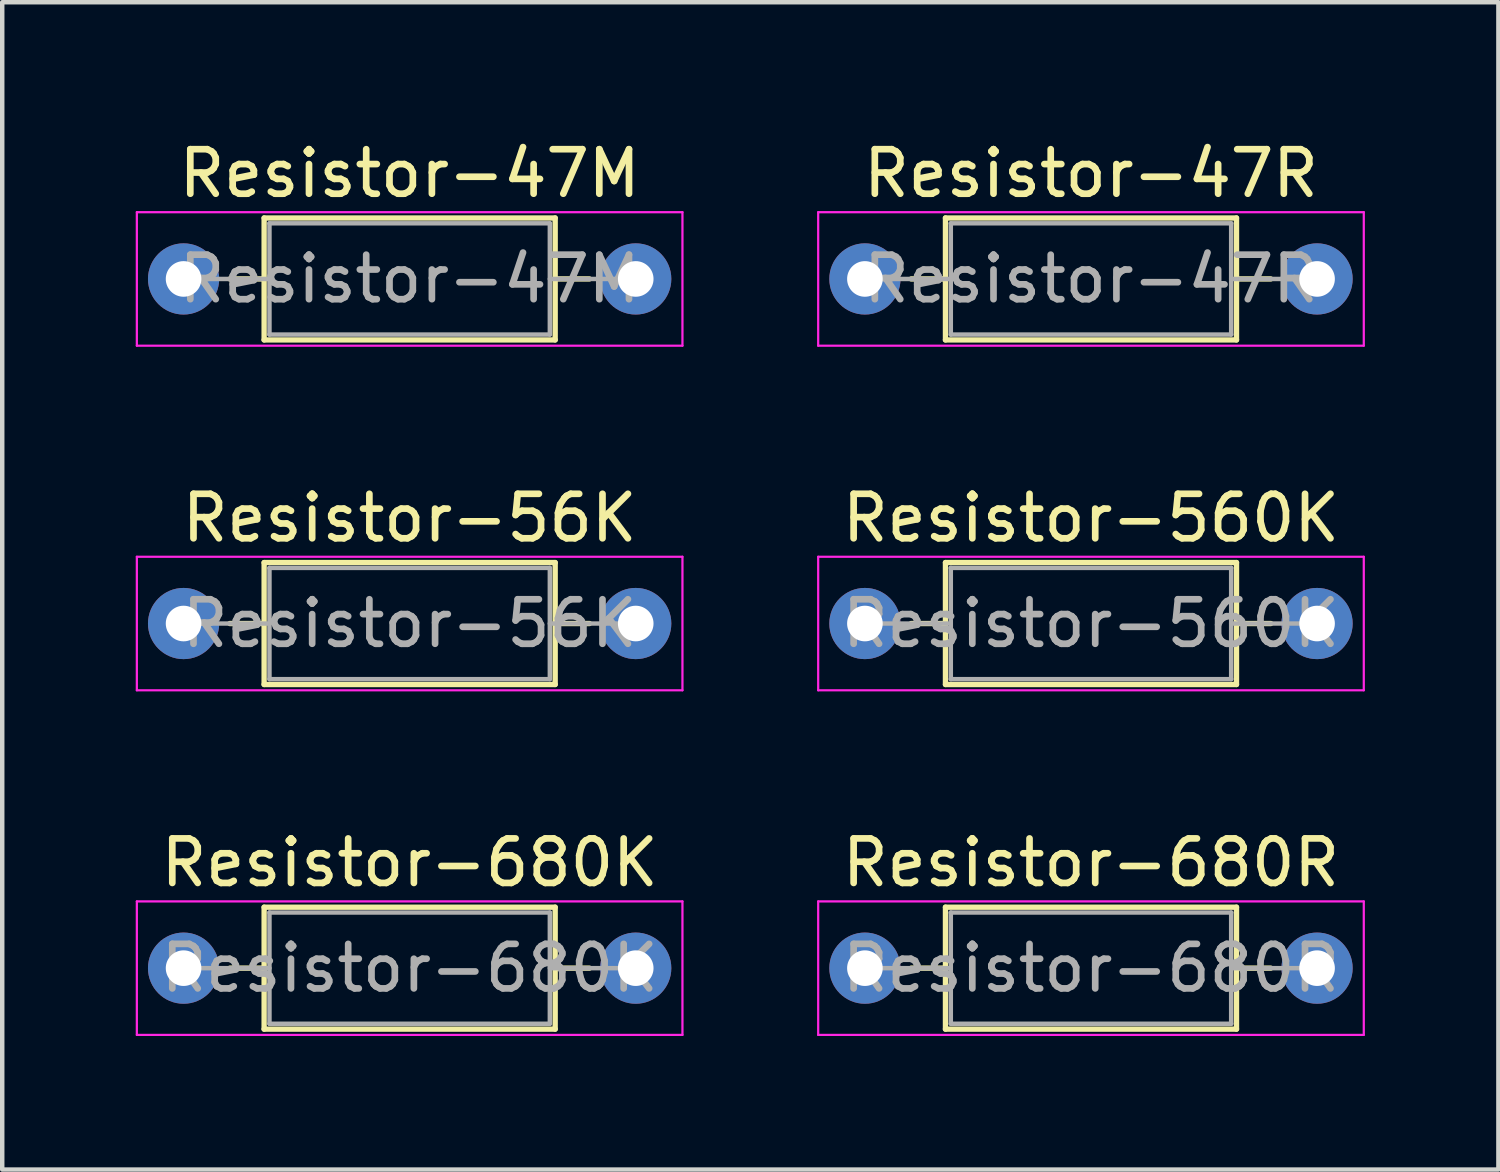
<source format=kicad_pcb>
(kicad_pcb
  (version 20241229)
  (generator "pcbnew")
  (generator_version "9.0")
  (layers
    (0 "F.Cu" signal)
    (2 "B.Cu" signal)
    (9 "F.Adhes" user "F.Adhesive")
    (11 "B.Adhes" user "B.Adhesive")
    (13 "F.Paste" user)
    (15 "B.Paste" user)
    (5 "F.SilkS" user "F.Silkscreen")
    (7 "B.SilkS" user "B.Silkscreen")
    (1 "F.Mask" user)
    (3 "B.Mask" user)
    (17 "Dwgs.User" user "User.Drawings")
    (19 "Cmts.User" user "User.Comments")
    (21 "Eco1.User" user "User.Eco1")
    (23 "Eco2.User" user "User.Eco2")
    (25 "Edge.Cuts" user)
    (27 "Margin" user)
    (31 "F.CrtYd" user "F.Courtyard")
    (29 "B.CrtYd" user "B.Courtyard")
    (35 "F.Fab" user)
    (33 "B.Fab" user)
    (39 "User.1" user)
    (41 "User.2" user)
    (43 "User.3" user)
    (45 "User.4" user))
  (footprint "Resistor-47M"
    (layer "F.Cu")
    (at 6.155 3.218)
    (property "Reference" "Resistor-47M" (at 0 -2.37 0) (layer "F.SilkS") (effects (font (size 1 1) (thickness 0.15))))
    (attr through_hole)
    (fp_line (start -4.04 0) (end -3.27 0) (stroke (width 0.12) (type solid)) (layer "F.SilkS"))
    (fp_line (start -3.27 -1.37) (end -3.27 1.37) (stroke (width 0.12) (type solid)) (layer "F.SilkS"))
    (fp_line (start -3.27 1.37) (end 3.27 1.37) (stroke (width 0.12) (type solid)) (layer "F.SilkS"))
    (fp_line (start 3.27 -1.37) (end -3.27 -1.37) (stroke (width 0.12) (type solid)) (layer "F.SilkS"))
    (fp_line (start 3.27 1.37) (end 3.27 -1.37) (stroke (width 0.12) (type solid)) (layer "F.SilkS"))
    (fp_line (start 4.04 0) (end 3.27 0) (stroke (width 0.12) (type solid)) (layer "F.SilkS"))
    (fp_line (start -6.13 -1.5) (end -6.13 1.5) (stroke (width 0.05) (type solid)) (layer "F.CrtYd"))
    (fp_line (start -6.13 1.5) (end 6.13 1.5) (stroke (width 0.05) (type solid)) (layer "F.CrtYd"))
    (fp_line (start 6.13 -1.5) (end -6.13 -1.5) (stroke (width 0.05) (type solid)) (layer "F.CrtYd"))
    (fp_line (start 6.13 1.5) (end 6.13 -1.5) (stroke (width 0.05) (type solid)) (layer "F.CrtYd"))
    (fp_line (start -5.08 0) (end -3.15 0) (stroke (width 0.1) (type solid)) (layer "F.Fab"))
    (fp_line (start -3.15 -1.25) (end -3.15 1.25) (stroke (width 0.1) (type solid)) (layer "F.Fab"))
    (fp_line (start -3.15 1.25) (end 3.15 1.25) (stroke (width 0.1) (type solid)) (layer "F.Fab"))
    (fp_line (start 3.15 -1.25) (end -3.15 -1.25) (stroke (width 0.1) (type solid)) (layer "F.Fab"))
    (fp_line (start 3.15 1.25) (end 3.15 -1.25) (stroke (width 0.1) (type solid)) (layer "F.Fab"))
    (fp_line (start 5.08 0) (end 3.15 0) (stroke (width 0.1) (type solid)) (layer "F.Fab"))
    (fp_text user "${REFERENCE}" (at 0 0 0) (layer "F.Fab") (effects (font (size 1 1) (thickness 0.15))))
    (pad "1" thru_hole circle (at -5.08 0) (size 1.6 1.6) (drill 0.8) (layers "*.Cu" "*.Mask"))
    (pad "2" thru_hole oval (at 5.08 0) (size 1.6 1.6) (drill 0.8) (layers "*.Cu" "*.Mask")))
  (footprint "Resistor-560K"
    (layer "F.Cu")
    (at 21.465 10.961)
    (property "Reference" "Resistor-560K" (at 0 -2.37 0) (layer "F.SilkS") (effects (font (size 1 1) (thickness 0.15))))
    (attr through_hole)
    (fp_line (start -4.04 0) (end -3.27 0) (stroke (width 0.12) (type solid)) (layer "F.SilkS"))
    (fp_line (start -3.27 -1.37) (end -3.27 1.37) (stroke (width 0.12) (type solid)) (layer "F.SilkS"))
    (fp_line (start -3.27 1.37) (end 3.27 1.37) (stroke (width 0.12) (type solid)) (layer "F.SilkS"))
    (fp_line (start 3.27 -1.37) (end -3.27 -1.37) (stroke (width 0.12) (type solid)) (layer "F.SilkS"))
    (fp_line (start 3.27 1.37) (end 3.27 -1.37) (stroke (width 0.12) (type solid)) (layer "F.SilkS"))
    (fp_line (start 4.04 0) (end 3.27 0) (stroke (width 0.12) (type solid)) (layer "F.SilkS"))
    (fp_line (start -6.13 -1.5) (end -6.13 1.5) (stroke (width 0.05) (type solid)) (layer "F.CrtYd"))
    (fp_line (start -6.13 1.5) (end 6.13 1.5) (stroke (width 0.05) (type solid)) (layer "F.CrtYd"))
    (fp_line (start 6.13 -1.5) (end -6.13 -1.5) (stroke (width 0.05) (type solid)) (layer "F.CrtYd"))
    (fp_line (start 6.13 1.5) (end 6.13 -1.5) (stroke (width 0.05) (type solid)) (layer "F.CrtYd"))
    (fp_line (start -5.08 0) (end -3.15 0) (stroke (width 0.1) (type solid)) (layer "F.Fab"))
    (fp_line (start -3.15 -1.25) (end -3.15 1.25) (stroke (width 0.1) (type solid)) (layer "F.Fab"))
    (fp_line (start -3.15 1.25) (end 3.15 1.25) (stroke (width 0.1) (type solid)) (layer "F.Fab"))
    (fp_line (start 3.15 -1.25) (end -3.15 -1.25) (stroke (width 0.1) (type solid)) (layer "F.Fab"))
    (fp_line (start 3.15 1.25) (end 3.15 -1.25) (stroke (width 0.1) (type solid)) (layer "F.Fab"))
    (fp_line (start 5.08 0) (end 3.15 0) (stroke (width 0.1) (type solid)) (layer "F.Fab"))
    (fp_text user "${REFERENCE}" (at 0 0 0) (layer "F.Fab") (effects (font (size 1 1) (thickness 0.15))))
    (pad "1" thru_hole circle (at -5.08 0) (size 1.6 1.6) (drill 0.8) (layers "*.Cu" "*.Mask"))
    (pad "2" thru_hole oval (at 5.08 0) (size 1.6 1.6) (drill 0.8) (layers "*.Cu" "*.Mask")))
  (footprint "Resistor-47R"
    (layer "F.Cu")
    (at 21.465 3.218)
    (property "Reference" "Resistor-47R" (at 0 -2.37 0) (layer "F.SilkS") (effects (font (size 1 1) (thickness 0.15))))
    (attr through_hole)
    (fp_line (start -4.04 0) (end -3.27 0) (stroke (width 0.12) (type solid)) (layer "F.SilkS"))
    (fp_line (start -3.27 -1.37) (end -3.27 1.37) (stroke (width 0.12) (type solid)) (layer "F.SilkS"))
    (fp_line (start -3.27 1.37) (end 3.27 1.37) (stroke (width 0.12) (type solid)) (layer "F.SilkS"))
    (fp_line (start 3.27 -1.37) (end -3.27 -1.37) (stroke (width 0.12) (type solid)) (layer "F.SilkS"))
    (fp_line (start 3.27 1.37) (end 3.27 -1.37) (stroke (width 0.12) (type solid)) (layer "F.SilkS"))
    (fp_line (start 4.04 0) (end 3.27 0) (stroke (width 0.12) (type solid)) (layer "F.SilkS"))
    (fp_line (start -6.13 -1.5) (end -6.13 1.5) (stroke (width 0.05) (type solid)) (layer "F.CrtYd"))
    (fp_line (start -6.13 1.5) (end 6.13 1.5) (stroke (width 0.05) (type solid)) (layer "F.CrtYd"))
    (fp_line (start 6.13 -1.5) (end -6.13 -1.5) (stroke (width 0.05) (type solid)) (layer "F.CrtYd"))
    (fp_line (start 6.13 1.5) (end 6.13 -1.5) (stroke (width 0.05) (type solid)) (layer "F.CrtYd"))
    (fp_line (start -5.08 0) (end -3.15 0) (stroke (width 0.1) (type solid)) (layer "F.Fab"))
    (fp_line (start -3.15 -1.25) (end -3.15 1.25) (stroke (width 0.1) (type solid)) (layer "F.Fab"))
    (fp_line (start -3.15 1.25) (end 3.15 1.25) (stroke (width 0.1) (type solid)) (layer "F.Fab"))
    (fp_line (start 3.15 -1.25) (end -3.15 -1.25) (stroke (width 0.1) (type solid)) (layer "F.Fab"))
    (fp_line (start 3.15 1.25) (end 3.15 -1.25) (stroke (width 0.1) (type solid)) (layer "F.Fab"))
    (fp_line (start 5.08 0) (end 3.15 0) (stroke (width 0.1) (type solid)) (layer "F.Fab"))
    (fp_text user "${REFERENCE}" (at 0 0 0) (layer "F.Fab") (effects (font (size 1 1) (thickness 0.15))))
    (pad "1" thru_hole circle (at -5.08 0) (size 1.6 1.6) (drill 0.8) (layers "*.Cu" "*.Mask"))
    (pad "2" thru_hole oval (at 5.08 0) (size 1.6 1.6) (drill 0.8) (layers "*.Cu" "*.Mask")))
  (footprint "Resistor-56K"
    (layer "F.Cu")
    (at 6.155 10.961)
    (property "Reference" "Resistor-56K" (at 0 -2.37 0) (layer "F.SilkS") (effects (font (size 1 1) (thickness 0.15))))
    (attr through_hole)
    (fp_line (start -4.04 0) (end -3.27 0) (stroke (width 0.12) (type solid)) (layer "F.SilkS"))
    (fp_line (start -3.27 -1.37) (end -3.27 1.37) (stroke (width 0.12) (type solid)) (layer "F.SilkS"))
    (fp_line (start -3.27 1.37) (end 3.27 1.37) (stroke (width 0.12) (type solid)) (layer "F.SilkS"))
    (fp_line (start 3.27 -1.37) (end -3.27 -1.37) (stroke (width 0.12) (type solid)) (layer "F.SilkS"))
    (fp_line (start 3.27 1.37) (end 3.27 -1.37) (stroke (width 0.12) (type solid)) (layer "F.SilkS"))
    (fp_line (start 4.04 0) (end 3.27 0) (stroke (width 0.12) (type solid)) (layer "F.SilkS"))
    (fp_line (start -6.13 -1.5) (end -6.13 1.5) (stroke (width 0.05) (type solid)) (layer "F.CrtYd"))
    (fp_line (start -6.13 1.5) (end 6.13 1.5) (stroke (width 0.05) (type solid)) (layer "F.CrtYd"))
    (fp_line (start 6.13 -1.5) (end -6.13 -1.5) (stroke (width 0.05) (type solid)) (layer "F.CrtYd"))
    (fp_line (start 6.13 1.5) (end 6.13 -1.5) (stroke (width 0.05) (type solid)) (layer "F.CrtYd"))
    (fp_line (start -5.08 0) (end -3.15 0) (stroke (width 0.1) (type solid)) (layer "F.Fab"))
    (fp_line (start -3.15 -1.25) (end -3.15 1.25) (stroke (width 0.1) (type solid)) (layer "F.Fab"))
    (fp_line (start -3.15 1.25) (end 3.15 1.25) (stroke (width 0.1) (type solid)) (layer "F.Fab"))
    (fp_line (start 3.15 -1.25) (end -3.15 -1.25) (stroke (width 0.1) (type solid)) (layer "F.Fab"))
    (fp_line (start 3.15 1.25) (end 3.15 -1.25) (stroke (width 0.1) (type solid)) (layer "F.Fab"))
    (fp_line (start 5.08 0) (end 3.15 0) (stroke (width 0.1) (type solid)) (layer "F.Fab"))
    (fp_text user "${REFERENCE}" (at 0 0 0) (layer "F.Fab") (effects (font (size 1 1) (thickness 0.15))))
    (pad "1" thru_hole circle (at -5.08 0) (size 1.6 1.6) (drill 0.8) (layers "*.Cu" "*.Mask"))
    (pad "2" thru_hole oval (at 5.08 0) (size 1.6 1.6) (drill 0.8) (layers "*.Cu" "*.Mask")))
  (footprint "Resistor-680K"
    (layer "F.Cu")
    (at 6.155 18.705)
    (property "Reference" "Resistor-680K" (at 0 -2.37 0) (layer "F.SilkS") (effects (font (size 1 1) (thickness 0.15))))
    (attr through_hole)
    (fp_line (start -4.04 0) (end -3.27 0) (stroke (width 0.12) (type solid)) (layer "F.SilkS"))
    (fp_line (start -3.27 -1.37) (end -3.27 1.37) (stroke (width 0.12) (type solid)) (layer "F.SilkS"))
    (fp_line (start -3.27 1.37) (end 3.27 1.37) (stroke (width 0.12) (type solid)) (layer "F.SilkS"))
    (fp_line (start 3.27 -1.37) (end -3.27 -1.37) (stroke (width 0.12) (type solid)) (layer "F.SilkS"))
    (fp_line (start 3.27 1.37) (end 3.27 -1.37) (stroke (width 0.12) (type solid)) (layer "F.SilkS"))
    (fp_line (start 4.04 0) (end 3.27 0) (stroke (width 0.12) (type solid)) (layer "F.SilkS"))
    (fp_line (start -6.13 -1.5) (end -6.13 1.5) (stroke (width 0.05) (type solid)) (layer "F.CrtYd"))
    (fp_line (start -6.13 1.5) (end 6.13 1.5) (stroke (width 0.05) (type solid)) (layer "F.CrtYd"))
    (fp_line (start 6.13 -1.5) (end -6.13 -1.5) (stroke (width 0.05) (type solid)) (layer "F.CrtYd"))
    (fp_line (start 6.13 1.5) (end 6.13 -1.5) (stroke (width 0.05) (type solid)) (layer "F.CrtYd"))
    (fp_line (start -5.08 0) (end -3.15 0) (stroke (width 0.1) (type solid)) (layer "F.Fab"))
    (fp_line (start -3.15 -1.25) (end -3.15 1.25) (stroke (width 0.1) (type solid)) (layer "F.Fab"))
    (fp_line (start -3.15 1.25) (end 3.15 1.25) (stroke (width 0.1) (type solid)) (layer "F.Fab"))
    (fp_line (start 3.15 -1.25) (end -3.15 -1.25) (stroke (width 0.1) (type solid)) (layer "F.Fab"))
    (fp_line (start 3.15 1.25) (end 3.15 -1.25) (stroke (width 0.1) (type solid)) (layer "F.Fab"))
    (fp_line (start 5.08 0) (end 3.15 0) (stroke (width 0.1) (type solid)) (layer "F.Fab"))
    (fp_text user "${REFERENCE}" (at 0 0 0) (layer "F.Fab") (effects (font (size 1 1) (thickness 0.15))))
    (pad "1" thru_hole circle (at -5.08 0) (size 1.6 1.6) (drill 0.8) (layers "*.Cu" "*.Mask"))
    (pad "2" thru_hole oval (at 5.08 0) (size 1.6 1.6) (drill 0.8) (layers "*.Cu" "*.Mask")))
  (footprint "Resistor-680R"
    (layer "F.Cu")
    (at 21.465 18.705)
    (property "Reference" "Resistor-680R" (at 0 -2.37 0) (layer "F.SilkS") (effects (font (size 1 1) (thickness 0.15))))
    (attr through_hole)
    (fp_line (start -4.04 0) (end -3.27 0) (stroke (width 0.12) (type solid)) (layer "F.SilkS"))
    (fp_line (start -3.27 -1.37) (end -3.27 1.37) (stroke (width 0.12) (type solid)) (layer "F.SilkS"))
    (fp_line (start -3.27 1.37) (end 3.27 1.37) (stroke (width 0.12) (type solid)) (layer "F.SilkS"))
    (fp_line (start 3.27 -1.37) (end -3.27 -1.37) (stroke (width 0.12) (type solid)) (layer "F.SilkS"))
    (fp_line (start 3.27 1.37) (end 3.27 -1.37) (stroke (width 0.12) (type solid)) (layer "F.SilkS"))
    (fp_line (start 4.04 0) (end 3.27 0) (stroke (width 0.12) (type solid)) (layer "F.SilkS"))
    (fp_line (start -6.13 -1.5) (end -6.13 1.5) (stroke (width 0.05) (type solid)) (layer "F.CrtYd"))
    (fp_line (start -6.13 1.5) (end 6.13 1.5) (stroke (width 0.05) (type solid)) (layer "F.CrtYd"))
    (fp_line (start 6.13 -1.5) (end -6.13 -1.5) (stroke (width 0.05) (type solid)) (layer "F.CrtYd"))
    (fp_line (start 6.13 1.5) (end 6.13 -1.5) (stroke (width 0.05) (type solid)) (layer "F.CrtYd"))
    (fp_line (start -5.08 0) (end -3.15 0) (stroke (width 0.1) (type solid)) (layer "F.Fab"))
    (fp_line (start -3.15 -1.25) (end -3.15 1.25) (stroke (width 0.1) (type solid)) (layer "F.Fab"))
    (fp_line (start -3.15 1.25) (end 3.15 1.25) (stroke (width 0.1) (type solid)) (layer "F.Fab"))
    (fp_line (start 3.15 -1.25) (end -3.15 -1.25) (stroke (width 0.1) (type solid)) (layer "F.Fab"))
    (fp_line (start 3.15 1.25) (end 3.15 -1.25) (stroke (width 0.1) (type solid)) (layer "F.Fab"))
    (fp_line (start 5.08 0) (end 3.15 0) (stroke (width 0.1) (type solid)) (layer "F.Fab"))
    (fp_text user "${REFERENCE}" (at 0 0 0) (layer "F.Fab") (effects (font (size 1 1) (thickness 0.15))))
    (pad "1" thru_hole circle (at -5.08 0) (size 1.6 1.6) (drill 0.8) (layers "*.Cu" "*.Mask"))
    (pad "2" thru_hole oval (at 5.08 0) (size 1.6 1.6) (drill 0.8) (layers "*.Cu" "*.Mask")))
  (gr_rect
    (start -3 -3)
    (end 30.62 23.23)
    (stroke (width 0.1) (type default))
    (fill no)
    (layer "Edge.Cuts")))
</source>
